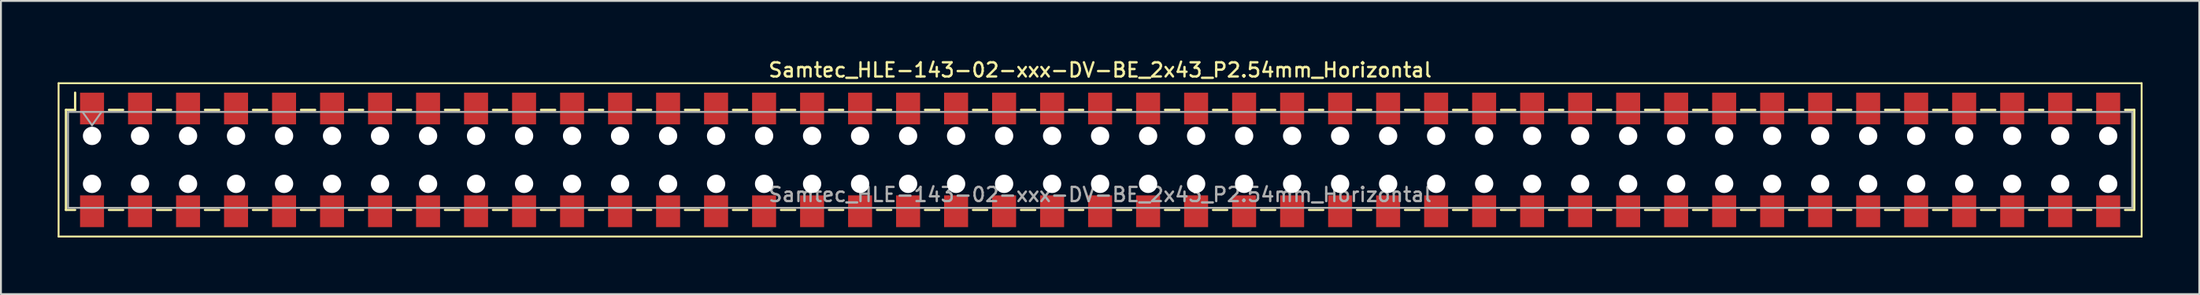
<source format=kicad_pcb>
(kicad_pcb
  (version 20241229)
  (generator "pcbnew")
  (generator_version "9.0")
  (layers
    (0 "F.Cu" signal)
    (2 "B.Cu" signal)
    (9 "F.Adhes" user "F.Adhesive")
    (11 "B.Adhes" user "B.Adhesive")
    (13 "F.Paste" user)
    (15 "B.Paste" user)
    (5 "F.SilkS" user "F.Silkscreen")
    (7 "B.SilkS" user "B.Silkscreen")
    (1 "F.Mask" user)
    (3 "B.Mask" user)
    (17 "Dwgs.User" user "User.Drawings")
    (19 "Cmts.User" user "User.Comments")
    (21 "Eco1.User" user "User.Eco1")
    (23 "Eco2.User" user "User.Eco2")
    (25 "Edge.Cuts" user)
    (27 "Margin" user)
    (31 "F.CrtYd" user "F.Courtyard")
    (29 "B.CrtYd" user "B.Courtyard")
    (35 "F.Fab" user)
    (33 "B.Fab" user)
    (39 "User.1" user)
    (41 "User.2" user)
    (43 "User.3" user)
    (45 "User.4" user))
  (footprint "Samtec_HLE-143-02-xxx-DV-BE_2x43_P2.54mm_Horizontal"
    (layer "F.Cu")
    (at 55.16 5.418)
    (property "Reference" "Samtec_HLE-143-02-xxx-DV-BE_2x43_P2.54mm_Horizontal" (at 0 -4.76 0) (layer "F.SilkS") (effects (font (size 0.75 0.75) (thickness 0.125))))
    (attr smd)
    (fp_line (start -55.11 -4.06) (end 55.11 -4.06) (stroke (width 0.1) (type solid)) (layer "F.SilkS"))
    (fp_line (start -55.11 4.06) (end -55.11 -4.06) (stroke (width 0.1) (type solid)) (layer "F.SilkS"))
    (fp_line (start -54.72 -2.65) (end -54.72 2.65) (stroke (width 0.12) (type solid)) (layer "F.SilkS"))
    (fp_line (start -54.72 2.65) (end -54.235 2.65) (stroke (width 0.12) (type solid)) (layer "F.SilkS"))
    (fp_line (start -54.235 -3.56) (end -54.235 -2.65) (stroke (width 0.12) (type solid)) (layer "F.SilkS"))
    (fp_line (start -54.235 -2.65) (end -54.72 -2.65) (stroke (width 0.12) (type solid)) (layer "F.SilkS"))
    (fp_line (start -52.445 -2.65) (end -51.695 -2.65) (stroke (width 0.12) (type solid)) (layer "F.SilkS"))
    (fp_line (start -52.445 2.65) (end -51.695 2.65) (stroke (width 0.12) (type solid)) (layer "F.SilkS"))
    (fp_line (start -49.905 -2.65) (end -49.155 -2.65) (stroke (width 0.12) (type solid)) (layer "F.SilkS"))
    (fp_line (start -49.905 2.65) (end -49.155 2.65) (stroke (width 0.12) (type solid)) (layer "F.SilkS"))
    (fp_line (start -47.365 -2.65) (end -46.615 -2.65) (stroke (width 0.12) (type solid)) (layer "F.SilkS"))
    (fp_line (start -47.365 2.65) (end -46.615 2.65) (stroke (width 0.12) (type solid)) (layer "F.SilkS"))
    (fp_line (start -44.825 -2.65) (end -44.075 -2.65) (stroke (width 0.12) (type solid)) (layer "F.SilkS"))
    (fp_line (start -44.825 2.65) (end -44.075 2.65) (stroke (width 0.12) (type solid)) (layer "F.SilkS"))
    (fp_line (start -42.285 -2.65) (end -41.535 -2.65) (stroke (width 0.12) (type solid)) (layer "F.SilkS"))
    (fp_line (start -42.285 2.65) (end -41.535 2.65) (stroke (width 0.12) (type solid)) (layer "F.SilkS"))
    (fp_line (start -39.745 -2.65) (end -38.995 -2.65) (stroke (width 0.12) (type solid)) (layer "F.SilkS"))
    (fp_line (start -39.745 2.65) (end -38.995 2.65) (stroke (width 0.12) (type solid)) (layer "F.SilkS"))
    (fp_line (start -37.205 -2.65) (end -36.455 -2.65) (stroke (width 0.12) (type solid)) (layer "F.SilkS"))
    (fp_line (start -37.205 2.65) (end -36.455 2.65) (stroke (width 0.12) (type solid)) (layer "F.SilkS"))
    (fp_line (start -34.665 -2.65) (end -33.915 -2.65) (stroke (width 0.12) (type solid)) (layer "F.SilkS"))
    (fp_line (start -34.665 2.65) (end -33.915 2.65) (stroke (width 0.12) (type solid)) (layer "F.SilkS"))
    (fp_line (start -32.125 -2.65) (end -31.375 -2.65) (stroke (width 0.12) (type solid)) (layer "F.SilkS"))
    (fp_line (start -32.125 2.65) (end -31.375 2.65) (stroke (width 0.12) (type solid)) (layer "F.SilkS"))
    (fp_line (start -29.585 -2.65) (end -28.835 -2.65) (stroke (width 0.12) (type solid)) (layer "F.SilkS"))
    (fp_line (start -29.585 2.65) (end -28.835 2.65) (stroke (width 0.12) (type solid)) (layer "F.SilkS"))
    (fp_line (start -27.045 -2.65) (end -26.295 -2.65) (stroke (width 0.12) (type solid)) (layer "F.SilkS"))
    (fp_line (start -27.045 2.65) (end -26.295 2.65) (stroke (width 0.12) (type solid)) (layer "F.SilkS"))
    (fp_line (start -24.505 -2.65) (end -23.755 -2.65) (stroke (width 0.12) (type solid)) (layer "F.SilkS"))
    (fp_line (start -24.505 2.65) (end -23.755 2.65) (stroke (width 0.12) (type solid)) (layer "F.SilkS"))
    (fp_line (start -21.965 -2.65) (end -21.215 -2.65) (stroke (width 0.12) (type solid)) (layer "F.SilkS"))
    (fp_line (start -21.965 2.65) (end -21.215 2.65) (stroke (width 0.12) (type solid)) (layer "F.SilkS"))
    (fp_line (start -19.425 -2.65) (end -18.675 -2.65) (stroke (width 0.12) (type solid)) (layer "F.SilkS"))
    (fp_line (start -19.425 2.65) (end -18.675 2.65) (stroke (width 0.12) (type solid)) (layer "F.SilkS"))
    (fp_line (start -16.885 -2.65) (end -16.135 -2.65) (stroke (width 0.12) (type solid)) (layer "F.SilkS"))
    (fp_line (start -16.885 2.65) (end -16.135 2.65) (stroke (width 0.12) (type solid)) (layer "F.SilkS"))
    (fp_line (start -14.345 -2.65) (end -13.595 -2.65) (stroke (width 0.12) (type solid)) (layer "F.SilkS"))
    (fp_line (start -14.345 2.65) (end -13.595 2.65) (stroke (width 0.12) (type solid)) (layer "F.SilkS"))
    (fp_line (start -11.805 -2.65) (end -11.055 -2.65) (stroke (width 0.12) (type solid)) (layer "F.SilkS"))
    (fp_line (start -11.805 2.65) (end -11.055 2.65) (stroke (width 0.12) (type solid)) (layer "F.SilkS"))
    (fp_line (start -9.265 -2.65) (end -8.515 -2.65) (stroke (width 0.12) (type solid)) (layer "F.SilkS"))
    (fp_line (start -9.265 2.65) (end -8.515 2.65) (stroke (width 0.12) (type solid)) (layer "F.SilkS"))
    (fp_line (start -6.725 -2.65) (end -5.975 -2.65) (stroke (width 0.12) (type solid)) (layer "F.SilkS"))
    (fp_line (start -6.725 2.65) (end -5.975 2.65) (stroke (width 0.12) (type solid)) (layer "F.SilkS"))
    (fp_line (start -4.185 -2.65) (end -3.435 -2.65) (stroke (width 0.12) (type solid)) (layer "F.SilkS"))
    (fp_line (start -4.185 2.65) (end -3.435 2.65) (stroke (width 0.12) (type solid)) (layer "F.SilkS"))
    (fp_line (start -1.645 -2.65) (end -0.895 -2.65) (stroke (width 0.12) (type solid)) (layer "F.SilkS"))
    (fp_line (start -1.645 2.65) (end -0.895 2.65) (stroke (width 0.12) (type solid)) (layer "F.SilkS"))
    (fp_line (start 0.895 -2.65) (end 1.645 -2.65) (stroke (width 0.12) (type solid)) (layer "F.SilkS"))
    (fp_line (start 0.895 2.65) (end 1.645 2.65) (stroke (width 0.12) (type solid)) (layer "F.SilkS"))
    (fp_line (start 3.435 -2.65) (end 4.185 -2.65) (stroke (width 0.12) (type solid)) (layer "F.SilkS"))
    (fp_line (start 3.435 2.65) (end 4.185 2.65) (stroke (width 0.12) (type solid)) (layer "F.SilkS"))
    (fp_line (start 5.975 -2.65) (end 6.725 -2.65) (stroke (width 0.12) (type solid)) (layer "F.SilkS"))
    (fp_line (start 5.975 2.65) (end 6.725 2.65) (stroke (width 0.12) (type solid)) (layer "F.SilkS"))
    (fp_line (start 8.515 -2.65) (end 9.265 -2.65) (stroke (width 0.12) (type solid)) (layer "F.SilkS"))
    (fp_line (start 8.515 2.65) (end 9.265 2.65) (stroke (width 0.12) (type solid)) (layer "F.SilkS"))
    (fp_line (start 11.055 -2.65) (end 11.805 -2.65) (stroke (width 0.12) (type solid)) (layer "F.SilkS"))
    (fp_line (start 11.055 2.65) (end 11.805 2.65) (stroke (width 0.12) (type solid)) (layer "F.SilkS"))
    (fp_line (start 13.595 -2.65) (end 14.345 -2.65) (stroke (width 0.12) (type solid)) (layer "F.SilkS"))
    (fp_line (start 13.595 2.65) (end 14.345 2.65) (stroke (width 0.12) (type solid)) (layer "F.SilkS"))
    (fp_line (start 16.135 -2.65) (end 16.885 -2.65) (stroke (width 0.12) (type solid)) (layer "F.SilkS"))
    (fp_line (start 16.135 2.65) (end 16.885 2.65) (stroke (width 0.12) (type solid)) (layer "F.SilkS"))
    (fp_line (start 18.675 -2.65) (end 19.425 -2.65) (stroke (width 0.12) (type solid)) (layer "F.SilkS"))
    (fp_line (start 18.675 2.65) (end 19.425 2.65) (stroke (width 0.12) (type solid)) (layer "F.SilkS"))
    (fp_line (start 21.215 -2.65) (end 21.965 -2.65) (stroke (width 0.12) (type solid)) (layer "F.SilkS"))
    (fp_line (start 21.215 2.65) (end 21.965 2.65) (stroke (width 0.12) (type solid)) (layer "F.SilkS"))
    (fp_line (start 23.755 -2.65) (end 24.505 -2.65) (stroke (width 0.12) (type solid)) (layer "F.SilkS"))
    (fp_line (start 23.755 2.65) (end 24.505 2.65) (stroke (width 0.12) (type solid)) (layer "F.SilkS"))
    (fp_line (start 26.295 -2.65) (end 27.045 -2.65) (stroke (width 0.12) (type solid)) (layer "F.SilkS"))
    (fp_line (start 26.295 2.65) (end 27.045 2.65) (stroke (width 0.12) (type solid)) (layer "F.SilkS"))
    (fp_line (start 28.835 -2.65) (end 29.585 -2.65) (stroke (width 0.12) (type solid)) (layer "F.SilkS"))
    (fp_line (start 28.835 2.65) (end 29.585 2.65) (stroke (width 0.12) (type solid)) (layer "F.SilkS"))
    (fp_line (start 31.375 -2.65) (end 32.125 -2.65) (stroke (width 0.12) (type solid)) (layer "F.SilkS"))
    (fp_line (start 31.375 2.65) (end 32.125 2.65) (stroke (width 0.12) (type solid)) (layer "F.SilkS"))
    (fp_line (start 33.915 -2.65) (end 34.665 -2.65) (stroke (width 0.12) (type solid)) (layer "F.SilkS"))
    (fp_line (start 33.915 2.65) (end 34.665 2.65) (stroke (width 0.12) (type solid)) (layer "F.SilkS"))
    (fp_line (start 36.455 -2.65) (end 37.205 -2.65) (stroke (width 0.12) (type solid)) (layer "F.SilkS"))
    (fp_line (start 36.455 2.65) (end 37.205 2.65) (stroke (width 0.12) (type solid)) (layer "F.SilkS"))
    (fp_line (start 38.995 -2.65) (end 39.745 -2.65) (stroke (width 0.12) (type solid)) (layer "F.SilkS"))
    (fp_line (start 38.995 2.65) (end 39.745 2.65) (stroke (width 0.12) (type solid)) (layer "F.SilkS"))
    (fp_line (start 41.535 -2.65) (end 42.285 -2.65) (stroke (width 0.12) (type solid)) (layer "F.SilkS"))
    (fp_line (start 41.535 2.65) (end 42.285 2.65) (stroke (width 0.12) (type solid)) (layer "F.SilkS"))
    (fp_line (start 44.075 -2.65) (end 44.825 -2.65) (stroke (width 0.12) (type solid)) (layer "F.SilkS"))
    (fp_line (start 44.075 2.65) (end 44.825 2.65) (stroke (width 0.12) (type solid)) (layer "F.SilkS"))
    (fp_line (start 46.615 -2.65) (end 47.365 -2.65) (stroke (width 0.12) (type solid)) (layer "F.SilkS"))
    (fp_line (start 46.615 2.65) (end 47.365 2.65) (stroke (width 0.12) (type solid)) (layer "F.SilkS"))
    (fp_line (start 49.155 -2.65) (end 49.905 -2.65) (stroke (width 0.12) (type solid)) (layer "F.SilkS"))
    (fp_line (start 49.155 2.65) (end 49.905 2.65) (stroke (width 0.12) (type solid)) (layer "F.SilkS"))
    (fp_line (start 51.695 -2.65) (end 52.445 -2.65) (stroke (width 0.12) (type solid)) (layer "F.SilkS"))
    (fp_line (start 51.695 2.65) (end 52.445 2.65) (stroke (width 0.12) (type solid)) (layer "F.SilkS"))
    (fp_line (start 54.235 -2.65) (end 54.72 -2.65) (stroke (width 0.12) (type solid)) (layer "F.SilkS"))
    (fp_line (start 54.72 -2.65) (end 54.72 2.65) (stroke (width 0.12) (type solid)) (layer "F.SilkS"))
    (fp_line (start 54.72 2.65) (end 54.235 2.65) (stroke (width 0.12) (type solid)) (layer "F.SilkS"))
    (fp_line (start 55.11 -4.06) (end 55.11 4.06) (stroke (width 0.1) (type solid)) (layer "F.SilkS"))
    (fp_line (start 55.11 4.06) (end -55.11 4.06) (stroke (width 0.1) (type solid)) (layer "F.SilkS"))
    (fp_line (start -54.61 -2.54) (end 54.61 -2.54) (stroke (width 0.1) (type solid)) (layer "F.Fab"))
    (fp_line (start -54.61 2.54) (end -54.61 -2.54) (stroke (width 0.1) (type solid)) (layer "F.Fab"))
    (fp_line (start -53.84 -2.54) (end -53.34 -1.833) (stroke (width 0.1) (type solid)) (layer "F.Fab"))
    (fp_line (start -53.34 -1.833) (end -52.84 -2.54) (stroke (width 0.1) (type solid)) (layer "F.Fab"))
    (fp_line (start 54.61 -2.54) (end 54.61 2.54) (stroke (width 0.1) (type solid)) (layer "F.Fab"))
    (fp_line (start 54.61 2.54) (end -54.61 2.54) (stroke (width 0.1) (type solid)) (layer "F.Fab"))
    (fp_text user "${REFERENCE}" (at 0 1.84 0) (layer "F.Fab") (effects (font (size 0.75 0.75) (thickness 0.125))))
    (pad "" np_thru_hole circle (at -53.34 -1.27) (size 0.97 0.97) (drill 0.97) (layers "*.Cu" "*.Mask"))
    (pad "" np_thru_hole circle (at -53.34 1.27) (size 0.97 0.97) (drill 0.97) (layers "*.Cu" "*.Mask"))
    (pad "" np_thru_hole circle (at -50.8 -1.27) (size 0.97 0.97) (drill 0.97) (layers "*.Cu" "*.Mask"))
    (pad "" np_thru_hole circle (at -50.8 1.27) (size 0.97 0.97) (drill 0.97) (layers "*.Cu" "*.Mask"))
    (pad "" np_thru_hole circle (at -48.26 -1.27) (size 0.97 0.97) (drill 0.97) (layers "*.Cu" "*.Mask"))
    (pad "" np_thru_hole circle (at -48.26 1.27) (size 0.97 0.97) (drill 0.97) (layers "*.Cu" "*.Mask"))
    (pad "" np_thru_hole circle (at -45.72 -1.27) (size 0.97 0.97) (drill 0.97) (layers "*.Cu" "*.Mask"))
    (pad "" np_thru_hole circle (at -45.72 1.27) (size 0.97 0.97) (drill 0.97) (layers "*.Cu" "*.Mask"))
    (pad "" np_thru_hole circle (at -43.18 -1.27) (size 0.97 0.97) (drill 0.97) (layers "*.Cu" "*.Mask"))
    (pad "" np_thru_hole circle (at -43.18 1.27) (size 0.97 0.97) (drill 0.97) (layers "*.Cu" "*.Mask"))
    (pad "" np_thru_hole circle (at -40.64 -1.27) (size 0.97 0.97) (drill 0.97) (layers "*.Cu" "*.Mask"))
    (pad "" np_thru_hole circle (at -40.64 1.27) (size 0.97 0.97) (drill 0.97) (layers "*.Cu" "*.Mask"))
    (pad "" np_thru_hole circle (at -38.1 -1.27) (size 0.97 0.97) (drill 0.97) (layers "*.Cu" "*.Mask"))
    (pad "" np_thru_hole circle (at -38.1 1.27) (size 0.97 0.97) (drill 0.97) (layers "*.Cu" "*.Mask"))
    (pad "" np_thru_hole circle (at -35.56 -1.27) (size 0.97 0.97) (drill 0.97) (layers "*.Cu" "*.Mask"))
    (pad "" np_thru_hole circle (at -35.56 1.27) (size 0.97 0.97) (drill 0.97) (layers "*.Cu" "*.Mask"))
    (pad "" np_thru_hole circle (at -33.02 -1.27) (size 0.97 0.97) (drill 0.97) (layers "*.Cu" "*.Mask"))
    (pad "" np_thru_hole circle (at -33.02 1.27) (size 0.97 0.97) (drill 0.97) (layers "*.Cu" "*.Mask"))
    (pad "" np_thru_hole circle (at -30.48 -1.27) (size 0.97 0.97) (drill 0.97) (layers "*.Cu" "*.Mask"))
    (pad "" np_thru_hole circle (at -30.48 1.27) (size 0.97 0.97) (drill 0.97) (layers "*.Cu" "*.Mask"))
    (pad "" np_thru_hole circle (at -27.94 -1.27) (size 0.97 0.97) (drill 0.97) (layers "*.Cu" "*.Mask"))
    (pad "" np_thru_hole circle (at -27.94 1.27) (size 0.97 0.97) (drill 0.97) (layers "*.Cu" "*.Mask"))
    (pad "" np_thru_hole circle (at -25.4 -1.27) (size 0.97 0.97) (drill 0.97) (layers "*.Cu" "*.Mask"))
    (pad "" np_thru_hole circle (at -25.4 1.27) (size 0.97 0.97) (drill 0.97) (layers "*.Cu" "*.Mask"))
    (pad "" np_thru_hole circle (at -22.86 -1.27) (size 0.97 0.97) (drill 0.97) (layers "*.Cu" "*.Mask"))
    (pad "" np_thru_hole circle (at -22.86 1.27) (size 0.97 0.97) (drill 0.97) (layers "*.Cu" "*.Mask"))
    (pad "" np_thru_hole circle (at -20.32 -1.27) (size 0.97 0.97) (drill 0.97) (layers "*.Cu" "*.Mask"))
    (pad "" np_thru_hole circle (at -20.32 1.27) (size 0.97 0.97) (drill 0.97) (layers "*.Cu" "*.Mask"))
    (pad "" np_thru_hole circle (at -17.78 -1.27) (size 0.97 0.97) (drill 0.97) (layers "*.Cu" "*.Mask"))
    (pad "" np_thru_hole circle (at -17.78 1.27) (size 0.97 0.97) (drill 0.97) (layers "*.Cu" "*.Mask"))
    (pad "" np_thru_hole circle (at -15.24 -1.27) (size 0.97 0.97) (drill 0.97) (layers "*.Cu" "*.Mask"))
    (pad "" np_thru_hole circle (at -15.24 1.27) (size 0.97 0.97) (drill 0.97) (layers "*.Cu" "*.Mask"))
    (pad "" np_thru_hole circle (at -12.7 -1.27) (size 0.97 0.97) (drill 0.97) (layers "*.Cu" "*.Mask"))
    (pad "" np_thru_hole circle (at -12.7 1.27) (size 0.97 0.97) (drill 0.97) (layers "*.Cu" "*.Mask"))
    (pad "" np_thru_hole circle (at -10.16 -1.27) (size 0.97 0.97) (drill 0.97) (layers "*.Cu" "*.Mask"))
    (pad "" np_thru_hole circle (at -10.16 1.27) (size 0.97 0.97) (drill 0.97) (layers "*.Cu" "*.Mask"))
    (pad "" np_thru_hole circle (at -7.62 -1.27) (size 0.97 0.97) (drill 0.97) (layers "*.Cu" "*.Mask"))
    (pad "" np_thru_hole circle (at -7.62 1.27) (size 0.97 0.97) (drill 0.97) (layers "*.Cu" "*.Mask"))
    (pad "" np_thru_hole circle (at -5.08 -1.27) (size 0.97 0.97) (drill 0.97) (layers "*.Cu" "*.Mask"))
    (pad "" np_thru_hole circle (at -5.08 1.27) (size 0.97 0.97) (drill 0.97) (layers "*.Cu" "*.Mask"))
    (pad "" np_thru_hole circle (at -2.54 -1.27) (size 0.97 0.97) (drill 0.97) (layers "*.Cu" "*.Mask"))
    (pad "" np_thru_hole circle (at -2.54 1.27) (size 0.97 0.97) (drill 0.97) (layers "*.Cu" "*.Mask"))
    (pad "" np_thru_hole circle (at 0 -1.27) (size 0.97 0.97) (drill 0.97) (layers "*.Cu" "*.Mask"))
    (pad "" np_thru_hole circle (at 0 1.27) (size 0.97 0.97) (drill 0.97) (layers "*.Cu" "*.Mask"))
    (pad "" np_thru_hole circle (at 2.54 -1.27) (size 0.97 0.97) (drill 0.97) (layers "*.Cu" "*.Mask"))
    (pad "" np_thru_hole circle (at 2.54 1.27) (size 0.97 0.97) (drill 0.97) (layers "*.Cu" "*.Mask"))
    (pad "" np_thru_hole circle (at 5.08 -1.27) (size 0.97 0.97) (drill 0.97) (layers "*.Cu" "*.Mask"))
    (pad "" np_thru_hole circle (at 5.08 1.27) (size 0.97 0.97) (drill 0.97) (layers "*.Cu" "*.Mask"))
    (pad "" np_thru_hole circle (at 7.62 -1.27) (size 0.97 0.97) (drill 0.97) (layers "*.Cu" "*.Mask"))
    (pad "" np_thru_hole circle (at 7.62 1.27) (size 0.97 0.97) (drill 0.97) (layers "*.Cu" "*.Mask"))
    (pad "" np_thru_hole circle (at 10.16 -1.27) (size 0.97 0.97) (drill 0.97) (layers "*.Cu" "*.Mask"))
    (pad "" np_thru_hole circle (at 10.16 1.27) (size 0.97 0.97) (drill 0.97) (layers "*.Cu" "*.Mask"))
    (pad "" np_thru_hole circle (at 12.7 -1.27) (size 0.97 0.97) (drill 0.97) (layers "*.Cu" "*.Mask"))
    (pad "" np_thru_hole circle (at 12.7 1.27) (size 0.97 0.97) (drill 0.97) (layers "*.Cu" "*.Mask"))
    (pad "" np_thru_hole circle (at 15.24 -1.27) (size 0.97 0.97) (drill 0.97) (layers "*.Cu" "*.Mask"))
    (pad "" np_thru_hole circle (at 15.24 1.27) (size 0.97 0.97) (drill 0.97) (layers "*.Cu" "*.Mask"))
    (pad "" np_thru_hole circle (at 17.78 -1.27) (size 0.97 0.97) (drill 0.97) (layers "*.Cu" "*.Mask"))
    (pad "" np_thru_hole circle (at 17.78 1.27) (size 0.97 0.97) (drill 0.97) (layers "*.Cu" "*.Mask"))
    (pad "" np_thru_hole circle (at 20.32 -1.27) (size 0.97 0.97) (drill 0.97) (layers "*.Cu" "*.Mask"))
    (pad "" np_thru_hole circle (at 20.32 1.27) (size 0.97 0.97) (drill 0.97) (layers "*.Cu" "*.Mask"))
    (pad "" np_thru_hole circle (at 22.86 -1.27) (size 0.97 0.97) (drill 0.97) (layers "*.Cu" "*.Mask"))
    (pad "" np_thru_hole circle (at 22.86 1.27) (size 0.97 0.97) (drill 0.97) (layers "*.Cu" "*.Mask"))
    (pad "" np_thru_hole circle (at 25.4 -1.27) (size 0.97 0.97) (drill 0.97) (layers "*.Cu" "*.Mask"))
    (pad "" np_thru_hole circle (at 25.4 1.27) (size 0.97 0.97) (drill 0.97) (layers "*.Cu" "*.Mask"))
    (pad "" np_thru_hole circle (at 27.94 -1.27) (size 0.97 0.97) (drill 0.97) (layers "*.Cu" "*.Mask"))
    (pad "" np_thru_hole circle (at 27.94 1.27) (size 0.97 0.97) (drill 0.97) (layers "*.Cu" "*.Mask"))
    (pad "" np_thru_hole circle (at 30.48 -1.27) (size 0.97 0.97) (drill 0.97) (layers "*.Cu" "*.Mask"))
    (pad "" np_thru_hole circle (at 30.48 1.27) (size 0.97 0.97) (drill 0.97) (layers "*.Cu" "*.Mask"))
    (pad "" np_thru_hole circle (at 33.02 -1.27) (size 0.97 0.97) (drill 0.97) (layers "*.Cu" "*.Mask"))
    (pad "" np_thru_hole circle (at 33.02 1.27) (size 0.97 0.97) (drill 0.97) (layers "*.Cu" "*.Mask"))
    (pad "" np_thru_hole circle (at 35.56 -1.27) (size 0.97 0.97) (drill 0.97) (layers "*.Cu" "*.Mask"))
    (pad "" np_thru_hole circle (at 35.56 1.27) (size 0.97 0.97) (drill 0.97) (layers "*.Cu" "*.Mask"))
    (pad "" np_thru_hole circle (at 38.1 -1.27) (size 0.97 0.97) (drill 0.97) (layers "*.Cu" "*.Mask"))
    (pad "" np_thru_hole circle (at 38.1 1.27) (size 0.97 0.97) (drill 0.97) (layers "*.Cu" "*.Mask"))
    (pad "" np_thru_hole circle (at 40.64 -1.27) (size 0.97 0.97) (drill 0.97) (layers "*.Cu" "*.Mask"))
    (pad "" np_thru_hole circle (at 40.64 1.27) (size 0.97 0.97) (drill 0.97) (layers "*.Cu" "*.Mask"))
    (pad "" np_thru_hole circle (at 43.18 -1.27) (size 0.97 0.97) (drill 0.97) (layers "*.Cu" "*.Mask"))
    (pad "" np_thru_hole circle (at 43.18 1.27) (size 0.97 0.97) (drill 0.97) (layers "*.Cu" "*.Mask"))
    (pad "" np_thru_hole circle (at 45.72 -1.27) (size 0.97 0.97) (drill 0.97) (layers "*.Cu" "*.Mask"))
    (pad "" np_thru_hole circle (at 45.72 1.27) (size 0.97 0.97) (drill 0.97) (layers "*.Cu" "*.Mask"))
    (pad "" np_thru_hole circle (at 48.26 -1.27) (size 0.97 0.97) (drill 0.97) (layers "*.Cu" "*.Mask"))
    (pad "" np_thru_hole circle (at 48.26 1.27) (size 0.97 0.97) (drill 0.97) (layers "*.Cu" "*.Mask"))
    (pad "" np_thru_hole circle (at 50.8 -1.27) (size 0.97 0.97) (drill 0.97) (layers "*.Cu" "*.Mask"))
    (pad "" np_thru_hole circle (at 50.8 1.27) (size 0.97 0.97) (drill 0.97) (layers "*.Cu" "*.Mask"))
    (pad "" np_thru_hole circle (at 53.34 -1.27) (size 0.97 0.97) (drill 0.97) (layers "*.Cu" "*.Mask"))
    (pad "" np_thru_hole circle (at 53.34 1.27) (size 0.97 0.97) (drill 0.97) (layers "*.Cu" "*.Mask"))
    (pad "1" smd rect (at -53.34 -2.72) (size 1.27 1.68) (layers "F.Cu" "F.Mask" "F.Paste"))
    (pad "2" smd rect (at -53.34 2.72) (size 1.27 1.68) (layers "F.Cu" "F.Mask" "F.Paste"))
    (pad "3" smd rect (at -50.8 -2.72) (size 1.27 1.68) (layers "F.Cu" "F.Mask" "F.Paste"))
    (pad "4" smd rect (at -50.8 2.72) (size 1.27 1.68) (layers "F.Cu" "F.Mask" "F.Paste"))
    (pad "5" smd rect (at -48.26 -2.72) (size 1.27 1.68) (layers "F.Cu" "F.Mask" "F.Paste"))
    (pad "6" smd rect (at -48.26 2.72) (size 1.27 1.68) (layers "F.Cu" "F.Mask" "F.Paste"))
    (pad "7" smd rect (at -45.72 -2.72) (size 1.27 1.68) (layers "F.Cu" "F.Mask" "F.Paste"))
    (pad "8" smd rect (at -45.72 2.72) (size 1.27 1.68) (layers "F.Cu" "F.Mask" "F.Paste"))
    (pad "9" smd rect (at -43.18 -2.72) (size 1.27 1.68) (layers "F.Cu" "F.Mask" "F.Paste"))
    (pad "10" smd rect (at -43.18 2.72) (size 1.27 1.68) (layers "F.Cu" "F.Mask" "F.Paste"))
    (pad "11" smd rect (at -40.64 -2.72) (size 1.27 1.68) (layers "F.Cu" "F.Mask" "F.Paste"))
    (pad "12" smd rect (at -40.64 2.72) (size 1.27 1.68) (layers "F.Cu" "F.Mask" "F.Paste"))
    (pad "13" smd rect (at -38.1 -2.72) (size 1.27 1.68) (layers "F.Cu" "F.Mask" "F.Paste"))
    (pad "14" smd rect (at -38.1 2.72) (size 1.27 1.68) (layers "F.Cu" "F.Mask" "F.Paste"))
    (pad "15" smd rect (at -35.56 -2.72) (size 1.27 1.68) (layers "F.Cu" "F.Mask" "F.Paste"))
    (pad "16" smd rect (at -35.56 2.72) (size 1.27 1.68) (layers "F.Cu" "F.Mask" "F.Paste"))
    (pad "17" smd rect (at -33.02 -2.72) (size 1.27 1.68) (layers "F.Cu" "F.Mask" "F.Paste"))
    (pad "18" smd rect (at -33.02 2.72) (size 1.27 1.68) (layers "F.Cu" "F.Mask" "F.Paste"))
    (pad "19" smd rect (at -30.48 -2.72) (size 1.27 1.68) (layers "F.Cu" "F.Mask" "F.Paste"))
    (pad "20" smd rect (at -30.48 2.72) (size 1.27 1.68) (layers "F.Cu" "F.Mask" "F.Paste"))
    (pad "21" smd rect (at -27.94 -2.72) (size 1.27 1.68) (layers "F.Cu" "F.Mask" "F.Paste"))
    (pad "22" smd rect (at -27.94 2.72) (size 1.27 1.68) (layers "F.Cu" "F.Mask" "F.Paste"))
    (pad "23" smd rect (at -25.4 -2.72) (size 1.27 1.68) (layers "F.Cu" "F.Mask" "F.Paste"))
    (pad "24" smd rect (at -25.4 2.72) (size 1.27 1.68) (layers "F.Cu" "F.Mask" "F.Paste"))
    (pad "25" smd rect (at -22.86 -2.72) (size 1.27 1.68) (layers "F.Cu" "F.Mask" "F.Paste"))
    (pad "26" smd rect (at -22.86 2.72) (size 1.27 1.68) (layers "F.Cu" "F.Mask" "F.Paste"))
    (pad "27" smd rect (at -20.32 -2.72) (size 1.27 1.68) (layers "F.Cu" "F.Mask" "F.Paste"))
    (pad "28" smd rect (at -20.32 2.72) (size 1.27 1.68) (layers "F.Cu" "F.Mask" "F.Paste"))
    (pad "29" smd rect (at -17.78 -2.72) (size 1.27 1.68) (layers "F.Cu" "F.Mask" "F.Paste"))
    (pad "30" smd rect (at -17.78 2.72) (size 1.27 1.68) (layers "F.Cu" "F.Mask" "F.Paste"))
    (pad "31" smd rect (at -15.24 -2.72) (size 1.27 1.68) (layers "F.Cu" "F.Mask" "F.Paste"))
    (pad "32" smd rect (at -15.24 2.72) (size 1.27 1.68) (layers "F.Cu" "F.Mask" "F.Paste"))
    (pad "33" smd rect (at -12.7 -2.72) (size 1.27 1.68) (layers "F.Cu" "F.Mask" "F.Paste"))
    (pad "34" smd rect (at -12.7 2.72) (size 1.27 1.68) (layers "F.Cu" "F.Mask" "F.Paste"))
    (pad "35" smd rect (at -10.16 -2.72) (size 1.27 1.68) (layers "F.Cu" "F.Mask" "F.Paste"))
    (pad "36" smd rect (at -10.16 2.72) (size 1.27 1.68) (layers "F.Cu" "F.Mask" "F.Paste"))
    (pad "37" smd rect (at -7.62 -2.72) (size 1.27 1.68) (layers "F.Cu" "F.Mask" "F.Paste"))
    (pad "38" smd rect (at -7.62 2.72) (size 1.27 1.68) (layers "F.Cu" "F.Mask" "F.Paste"))
    (pad "39" smd rect (at -5.08 -2.72) (size 1.27 1.68) (layers "F.Cu" "F.Mask" "F.Paste"))
    (pad "40" smd rect (at -5.08 2.72) (size 1.27 1.68) (layers "F.Cu" "F.Mask" "F.Paste"))
    (pad "41" smd rect (at -2.54 -2.72) (size 1.27 1.68) (layers "F.Cu" "F.Mask" "F.Paste"))
    (pad "42" smd rect (at -2.54 2.72) (size 1.27 1.68) (layers "F.Cu" "F.Mask" "F.Paste"))
    (pad "43" smd rect (at 0 -2.72) (size 1.27 1.68) (layers "F.Cu" "F.Mask" "F.Paste"))
    (pad "44" smd rect (at 0 2.72) (size 1.27 1.68) (layers "F.Cu" "F.Mask" "F.Paste"))
    (pad "45" smd rect (at 2.54 -2.72) (size 1.27 1.68) (layers "F.Cu" "F.Mask" "F.Paste"))
    (pad "46" smd rect (at 2.54 2.72) (size 1.27 1.68) (layers "F.Cu" "F.Mask" "F.Paste"))
    (pad "47" smd rect (at 5.08 -2.72) (size 1.27 1.68) (layers "F.Cu" "F.Mask" "F.Paste"))
    (pad "48" smd rect (at 5.08 2.72) (size 1.27 1.68) (layers "F.Cu" "F.Mask" "F.Paste"))
    (pad "49" smd rect (at 7.62 -2.72) (size 1.27 1.68) (layers "F.Cu" "F.Mask" "F.Paste"))
    (pad "50" smd rect (at 7.62 2.72) (size 1.27 1.68) (layers "F.Cu" "F.Mask" "F.Paste"))
    (pad "51" smd rect (at 10.16 -2.72) (size 1.27 1.68) (layers "F.Cu" "F.Mask" "F.Paste"))
    (pad "52" smd rect (at 10.16 2.72) (size 1.27 1.68) (layers "F.Cu" "F.Mask" "F.Paste"))
    (pad "53" smd rect (at 12.7 -2.72) (size 1.27 1.68) (layers "F.Cu" "F.Mask" "F.Paste"))
    (pad "54" smd rect (at 12.7 2.72) (size 1.27 1.68) (layers "F.Cu" "F.Mask" "F.Paste"))
    (pad "55" smd rect (at 15.24 -2.72) (size 1.27 1.68) (layers "F.Cu" "F.Mask" "F.Paste"))
    (pad "56" smd rect (at 15.24 2.72) (size 1.27 1.68) (layers "F.Cu" "F.Mask" "F.Paste"))
    (pad "57" smd rect (at 17.78 -2.72) (size 1.27 1.68) (layers "F.Cu" "F.Mask" "F.Paste"))
    (pad "58" smd rect (at 17.78 2.72) (size 1.27 1.68) (layers "F.Cu" "F.Mask" "F.Paste"))
    (pad "59" smd rect (at 20.32 -2.72) (size 1.27 1.68) (layers "F.Cu" "F.Mask" "F.Paste"))
    (pad "60" smd rect (at 20.32 2.72) (size 1.27 1.68) (layers "F.Cu" "F.Mask" "F.Paste"))
    (pad "61" smd rect (at 22.86 -2.72) (size 1.27 1.68) (layers "F.Cu" "F.Mask" "F.Paste"))
    (pad "62" smd rect (at 22.86 2.72) (size 1.27 1.68) (layers "F.Cu" "F.Mask" "F.Paste"))
    (pad "63" smd rect (at 25.4 -2.72) (size 1.27 1.68) (layers "F.Cu" "F.Mask" "F.Paste"))
    (pad "64" smd rect (at 25.4 2.72) (size 1.27 1.68) (layers "F.Cu" "F.Mask" "F.Paste"))
    (pad "65" smd rect (at 27.94 -2.72) (size 1.27 1.68) (layers "F.Cu" "F.Mask" "F.Paste"))
    (pad "66" smd rect (at 27.94 2.72) (size 1.27 1.68) (layers "F.Cu" "F.Mask" "F.Paste"))
    (pad "67" smd rect (at 30.48 -2.72) (size 1.27 1.68) (layers "F.Cu" "F.Mask" "F.Paste"))
    (pad "68" smd rect (at 30.48 2.72) (size 1.27 1.68) (layers "F.Cu" "F.Mask" "F.Paste"))
    (pad "69" smd rect (at 33.02 -2.72) (size 1.27 1.68) (layers "F.Cu" "F.Mask" "F.Paste"))
    (pad "70" smd rect (at 33.02 2.72) (size 1.27 1.68) (layers "F.Cu" "F.Mask" "F.Paste"))
    (pad "71" smd rect (at 35.56 -2.72) (size 1.27 1.68) (layers "F.Cu" "F.Mask" "F.Paste"))
    (pad "72" smd rect (at 35.56 2.72) (size 1.27 1.68) (layers "F.Cu" "F.Mask" "F.Paste"))
    (pad "73" smd rect (at 38.1 -2.72) (size 1.27 1.68) (layers "F.Cu" "F.Mask" "F.Paste"))
    (pad "74" smd rect (at 38.1 2.72) (size 1.27 1.68) (layers "F.Cu" "F.Mask" "F.Paste"))
    (pad "75" smd rect (at 40.64 -2.72) (size 1.27 1.68) (layers "F.Cu" "F.Mask" "F.Paste"))
    (pad "76" smd rect (at 40.64 2.72) (size 1.27 1.68) (layers "F.Cu" "F.Mask" "F.Paste"))
    (pad "77" smd rect (at 43.18 -2.72) (size 1.27 1.68) (layers "F.Cu" "F.Mask" "F.Paste"))
    (pad "78" smd rect (at 43.18 2.72) (size 1.27 1.68) (layers "F.Cu" "F.Mask" "F.Paste"))
    (pad "79" smd rect (at 45.72 -2.72) (size 1.27 1.68) (layers "F.Cu" "F.Mask" "F.Paste"))
    (pad "80" smd rect (at 45.72 2.72) (size 1.27 1.68) (layers "F.Cu" "F.Mask" "F.Paste"))
    (pad "81" smd rect (at 48.26 -2.72) (size 1.27 1.68) (layers "F.Cu" "F.Mask" "F.Paste"))
    (pad "82" smd rect (at 48.26 2.72) (size 1.27 1.68) (layers "F.Cu" "F.Mask" "F.Paste"))
    (pad "83" smd rect (at 50.8 -2.72) (size 1.27 1.68) (layers "F.Cu" "F.Mask" "F.Paste"))
    (pad "84" smd rect (at 50.8 2.72) (size 1.27 1.68) (layers "F.Cu" "F.Mask" "F.Paste"))
    (pad "85" smd rect (at 53.34 -2.72) (size 1.27 1.68) (layers "F.Cu" "F.Mask" "F.Paste"))
    (pad "86" smd rect (at 53.34 2.72) (size 1.27 1.68) (layers "F.Cu" "F.Mask" "F.Paste")))
  (gr_rect
    (start -3 -3)
    (end 113.32 12.528)
    (stroke (width 0.1) (type default))
    (fill no)
    (layer "Edge.Cuts")))
</source>
